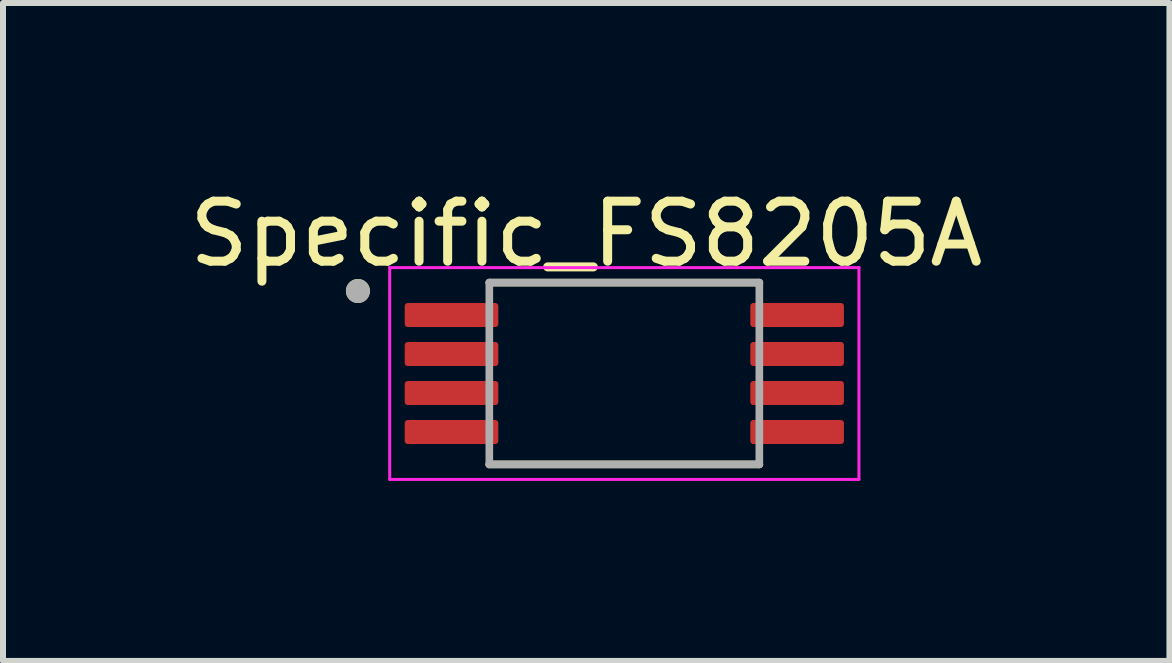
<source format=kicad_pcb>
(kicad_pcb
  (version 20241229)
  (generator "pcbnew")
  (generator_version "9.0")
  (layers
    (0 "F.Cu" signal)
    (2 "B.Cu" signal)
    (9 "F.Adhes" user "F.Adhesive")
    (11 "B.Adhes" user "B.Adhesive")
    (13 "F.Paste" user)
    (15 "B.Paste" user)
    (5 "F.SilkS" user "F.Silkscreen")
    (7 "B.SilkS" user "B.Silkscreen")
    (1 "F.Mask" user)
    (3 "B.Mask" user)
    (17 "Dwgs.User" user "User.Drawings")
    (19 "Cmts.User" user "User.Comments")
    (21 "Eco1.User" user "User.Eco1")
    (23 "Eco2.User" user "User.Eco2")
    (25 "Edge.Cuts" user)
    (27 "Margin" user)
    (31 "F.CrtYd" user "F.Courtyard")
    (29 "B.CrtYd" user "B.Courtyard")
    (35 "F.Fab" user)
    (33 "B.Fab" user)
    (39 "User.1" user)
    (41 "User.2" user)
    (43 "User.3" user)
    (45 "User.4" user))
  (footprint "Specific_FS8205A"
    (layer "F.Cu")
    (at 7.355 3.175)
    (property "Reference" "Specific_FS8205A" (at -0.635 -2.327 0) (layer "F.SilkS") (effects (font (size 1 1) (thickness 0.15))))
    (attr smd)
    (fp_line (start -2.25 -1.515) (end 2.25 -1.515) (stroke (width 0.127) (type solid)) (layer "F.SilkS"))
    (fp_line (start -2.25 1.515) (end 2.25 1.515) (stroke (width 0.127) (type solid)) (layer "F.SilkS"))
    (fp_circle (center -4.44 -1.375) (end -4.34 -1.375) (stroke (width 0.2) (type solid)) (fill no) (layer "F.SilkS"))
    (fp_line (start -3.91 -1.765) (end -3.91 1.765) (stroke (width 0.05) (type solid)) (layer "F.CrtYd"))
    (fp_line (start -3.91 -1.765) (end 3.91 -1.765) (stroke (width 0.05) (type solid)) (layer "F.CrtYd"))
    (fp_line (start -3.91 1.765) (end 3.91 1.765) (stroke (width 0.05) (type solid)) (layer "F.CrtYd"))
    (fp_line (start 3.91 -1.765) (end 3.91 1.765) (stroke (width 0.05) (type solid)) (layer "F.CrtYd"))
    (fp_line (start -2.25 -1.515) (end -2.25 1.515) (stroke (width 0.127) (type solid)) (layer "F.Fab"))
    (fp_line (start -2.25 -1.515) (end 2.25 -1.515) (stroke (width 0.127) (type solid)) (layer "F.Fab"))
    (fp_line (start -2.25 1.515) (end 2.25 1.515) (stroke (width 0.127) (type solid)) (layer "F.Fab"))
    (fp_line (start 2.25 -1.515) (end 2.25 1.515) (stroke (width 0.127) (type solid)) (layer "F.Fab"))
    (fp_circle (center -4.44 -1.375) (end -4.34 -1.375) (stroke (width 0.2) (type solid)) (fill no) (layer "F.Fab"))
    (pad "1" smd roundrect (at -2.88 -0.975) (size 1.56 0.4) (layers "F.Cu" "F.Mask" "F.Paste") (roundrect_rratio 0.125))
    (pad "2" smd roundrect (at -2.88 -0.325) (size 1.56 0.4) (layers "F.Cu" "F.Mask" "F.Paste") (roundrect_rratio 0.125))
    (pad "3" smd roundrect (at -2.88 0.325) (size 1.56 0.4) (layers "F.Cu" "F.Mask" "F.Paste") (roundrect_rratio 0.125))
    (pad "4" smd roundrect (at -2.88 0.975) (size 1.56 0.4) (layers "F.Cu" "F.Mask" "F.Paste") (roundrect_rratio 0.125))
    (pad "5" smd roundrect (at 2.88 0.975) (size 1.56 0.4) (layers "F.Cu" "F.Mask" "F.Paste") (roundrect_rratio 0.125))
    (pad "6" smd roundrect (at 2.88 0.325) (size 1.56 0.4) (layers "F.Cu" "F.Mask" "F.Paste") (roundrect_rratio 0.125))
    (pad "7" smd roundrect (at 2.88 -0.325) (size 1.56 0.4) (layers "F.Cu" "F.Mask" "F.Paste") (roundrect_rratio 0.125))
    (pad "8" smd roundrect (at 2.88 -0.975) (size 1.56 0.4) (layers "F.Cu" "F.Mask" "F.Paste") (roundrect_rratio 0.125)))
  (gr_rect
    (start -3 -3)
    (end 16.44 7.965)
    (stroke (width 0.1) (type default))
    (fill no)
    (layer "Edge.Cuts")))
</source>
